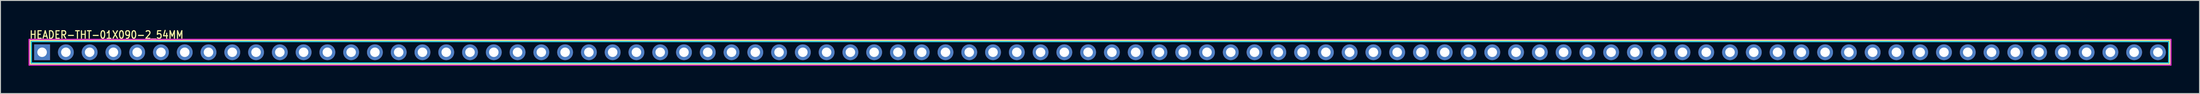
<source format=kicad_pcb>
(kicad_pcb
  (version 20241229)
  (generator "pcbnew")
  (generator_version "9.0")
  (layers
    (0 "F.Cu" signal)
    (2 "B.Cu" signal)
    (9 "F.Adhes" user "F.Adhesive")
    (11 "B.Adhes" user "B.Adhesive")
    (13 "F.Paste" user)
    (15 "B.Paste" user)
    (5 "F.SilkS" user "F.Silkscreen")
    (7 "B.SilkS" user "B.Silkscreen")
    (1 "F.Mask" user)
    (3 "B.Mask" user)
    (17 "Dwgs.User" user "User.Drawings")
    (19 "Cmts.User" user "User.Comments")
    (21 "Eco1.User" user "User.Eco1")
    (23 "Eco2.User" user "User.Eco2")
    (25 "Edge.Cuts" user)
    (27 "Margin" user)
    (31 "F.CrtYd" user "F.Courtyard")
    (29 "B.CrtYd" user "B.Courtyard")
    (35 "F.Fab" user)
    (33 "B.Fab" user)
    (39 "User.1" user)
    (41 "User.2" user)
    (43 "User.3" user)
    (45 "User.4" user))
  (footprint "HEADER-THT-01X090-2_54MM"
    (layer "F.Cu")
    (at 1.447 2.579)
    (property "Reference" "HEADER-THT-01X090-2_54MM" (at -1.4 -1.4 0) (unlocked yes) (layer "F.SilkS") (effects (font (size 0.813 0.695) (thickness 0.122)) (justify left bottom)))
    (fp_line (start -1.27 -1.27) (end -1.27 1.27) (stroke (width 0.127) (type solid)) (layer "F.SilkS"))
    (fp_line (start -1.27 1.27) (end 227.33 1.27) (stroke (width 0.127) (type solid)) (layer "F.SilkS"))
    (fp_line (start 227.33 -1.27) (end -1.27 -1.27) (stroke (width 0.127) (type solid)) (layer "F.SilkS"))
    (fp_line (start 227.33 1.27) (end 227.33 -1.27) (stroke (width 0.127) (type solid)) (layer "F.SilkS"))
    (fp_poly (pts (xy -1.143 -1.143) (xy 227.203 -1.143) (xy 227.203 1.143) (xy -1.143 1.143)) (stroke (width 0.1) (type solid)) (fill no) (layer "B.CrtYd"))
    (fp_poly (pts (xy -1.397 -1.397) (xy 227.457 -1.397) (xy 227.457 1.397) (xy -1.397 1.397)) (stroke (width 0.1) (type solid)) (fill no) (layer "F.CrtYd"))
    (pad "1" thru_hole rect (at 0 0) (size 1.693 1.693) (drill 1.016) (layers "*.Cu" "*.Mask"))
    (pad "2" thru_hole oval (at 2.54 0) (size 1.693 1.693) (drill 1.016) (layers "*.Cu" "*.Mask"))
    (pad "3" thru_hole oval (at 5.08 0) (size 1.693 1.693) (drill 1.016) (layers "*.Cu" "*.Mask"))
    (pad "4" thru_hole oval (at 7.62 0) (size 1.693 1.693) (drill 1.016) (layers "*.Cu" "*.Mask"))
    (pad "5" thru_hole oval (at 10.16 0) (size 1.693 1.693) (drill 1.016) (layers "*.Cu" "*.Mask"))
    (pad "6" thru_hole oval (at 12.7 0) (size 1.693 1.693) (drill 1.016) (layers "*.Cu" "*.Mask"))
    (pad "7" thru_hole oval (at 15.24 0) (size 1.693 1.693) (drill 1.016) (layers "*.Cu" "*.Mask"))
    (pad "8" thru_hole oval (at 17.78 0) (size 1.693 1.693) (drill 1.016) (layers "*.Cu" "*.Mask"))
    (pad "9" thru_hole oval (at 20.32 0) (size 1.693 1.693) (drill 1.016) (layers "*.Cu" "*.Mask"))
    (pad "10" thru_hole oval (at 22.86 0) (size 1.693 1.693) (drill 1.016) (layers "*.Cu" "*.Mask"))
    (pad "11" thru_hole oval (at 25.4 0) (size 1.693 1.693) (drill 1.016) (layers "*.Cu" "*.Mask"))
    (pad "12" thru_hole oval (at 27.94 0) (size 1.693 1.693) (drill 1.016) (layers "*.Cu" "*.Mask"))
    (pad "13" thru_hole oval (at 30.48 0) (size 1.693 1.693) (drill 1.016) (layers "*.Cu" "*.Mask"))
    (pad "14" thru_hole oval (at 33.02 0) (size 1.693 1.693) (drill 1.016) (layers "*.Cu" "*.Mask"))
    (pad "15" thru_hole oval (at 35.56 0) (size 1.693 1.693) (drill 1.016) (layers "*.Cu" "*.Mask"))
    (pad "16" thru_hole oval (at 38.1 0) (size 1.693 1.693) (drill 1.016) (layers "*.Cu" "*.Mask"))
    (pad "17" thru_hole oval (at 40.64 0) (size 1.693 1.693) (drill 1.016) (layers "*.Cu" "*.Mask"))
    (pad "18" thru_hole oval (at 43.18 0) (size 1.693 1.693) (drill 1.016) (layers "*.Cu" "*.Mask"))
    (pad "19" thru_hole oval (at 45.72 0) (size 1.693 1.693) (drill 1.016) (layers "*.Cu" "*.Mask"))
    (pad "20" thru_hole oval (at 48.26 0) (size 1.693 1.693) (drill 1.016) (layers "*.Cu" "*.Mask"))
    (pad "21" thru_hole oval (at 50.8 0) (size 1.693 1.693) (drill 1.016) (layers "*.Cu" "*.Mask"))
    (pad "22" thru_hole oval (at 53.34 0) (size 1.693 1.693) (drill 1.016) (layers "*.Cu" "*.Mask"))
    (pad "23" thru_hole oval (at 55.88 0) (size 1.693 1.693) (drill 1.016) (layers "*.Cu" "*.Mask"))
    (pad "24" thru_hole oval (at 58.42 0) (size 1.693 1.693) (drill 1.016) (layers "*.Cu" "*.Mask"))
    (pad "25" thru_hole oval (at 60.96 0) (size 1.693 1.693) (drill 1.016) (layers "*.Cu" "*.Mask"))
    (pad "26" thru_hole oval (at 63.5 0) (size 1.693 1.693) (drill 1.016) (layers "*.Cu" "*.Mask"))
    (pad "27" thru_hole oval (at 66.04 0) (size 1.693 1.693) (drill 1.016) (layers "*.Cu" "*.Mask"))
    (pad "28" thru_hole oval (at 68.58 0) (size 1.693 1.693) (drill 1.016) (layers "*.Cu" "*.Mask"))
    (pad "29" thru_hole oval (at 71.12 0) (size 1.693 1.693) (drill 1.016) (layers "*.Cu" "*.Mask"))
    (pad "30" thru_hole oval (at 73.66 0) (size 1.693 1.693) (drill 1.016) (layers "*.Cu" "*.Mask"))
    (pad "31" thru_hole oval (at 76.2 0) (size 1.693 1.693) (drill 1.016) (layers "*.Cu" "*.Mask"))
    (pad "32" thru_hole oval (at 78.74 0) (size 1.693 1.693) (drill 1.016) (layers "*.Cu" "*.Mask"))
    (pad "33" thru_hole oval (at 81.28 0) (size 1.693 1.693) (drill 1.016) (layers "*.Cu" "*.Mask"))
    (pad "34" thru_hole oval (at 83.82 0) (size 1.693 1.693) (drill 1.016) (layers "*.Cu" "*.Mask"))
    (pad "35" thru_hole oval (at 86.36 0) (size 1.693 1.693) (drill 1.016) (layers "*.Cu" "*.Mask"))
    (pad "36" thru_hole oval (at 88.9 0) (size 1.693 1.693) (drill 1.016) (layers "*.Cu" "*.Mask"))
    (pad "37" thru_hole oval (at 91.44 0) (size 1.693 1.693) (drill 1.016) (layers "*.Cu" "*.Mask"))
    (pad "38" thru_hole oval (at 93.98 0) (size 1.693 1.693) (drill 1.016) (layers "*.Cu" "*.Mask"))
    (pad "39" thru_hole oval (at 96.52 0) (size 1.693 1.693) (drill 1.016) (layers "*.Cu" "*.Mask"))
    (pad "40" thru_hole oval (at 99.06 0) (size 1.693 1.693) (drill 1.016) (layers "*.Cu" "*.Mask"))
    (pad "41" thru_hole oval (at 101.6 0) (size 1.693 1.693) (drill 1.016) (layers "*.Cu" "*.Mask"))
    (pad "42" thru_hole oval (at 104.14 0) (size 1.693 1.693) (drill 1.016) (layers "*.Cu" "*.Mask"))
    (pad "43" thru_hole oval (at 106.68 0) (size 1.693 1.693) (drill 1.016) (layers "*.Cu" "*.Mask"))
    (pad "44" thru_hole oval (at 109.22 0) (size 1.693 1.693) (drill 1.016) (layers "*.Cu" "*.Mask"))
    (pad "45" thru_hole oval (at 111.76 0) (size 1.693 1.693) (drill 1.016) (layers "*.Cu" "*.Mask"))
    (pad "46" thru_hole oval (at 114.3 0) (size 1.693 1.693) (drill 1.016) (layers "*.Cu" "*.Mask"))
    (pad "47" thru_hole oval (at 116.84 0) (size 1.693 1.693) (drill 1.016) (layers "*.Cu" "*.Mask"))
    (pad "48" thru_hole oval (at 119.38 0) (size 1.693 1.693) (drill 1.016) (layers "*.Cu" "*.Mask"))
    (pad "49" thru_hole oval (at 121.92 0) (size 1.693 1.693) (drill 1.016) (layers "*.Cu" "*.Mask"))
    (pad "50" thru_hole oval (at 124.46 0) (size 1.693 1.693) (drill 1.016) (layers "*.Cu" "*.Mask"))
    (pad "51" thru_hole oval (at 127 0) (size 1.693 1.693) (drill 1.016) (layers "*.Cu" "*.Mask"))
    (pad "52" thru_hole oval (at 129.54 0) (size 1.693 1.693) (drill 1.016) (layers "*.Cu" "*.Mask"))
    (pad "53" thru_hole oval (at 132.08 0) (size 1.693 1.693) (drill 1.016) (layers "*.Cu" "*.Mask"))
    (pad "54" thru_hole oval (at 134.62 0) (size 1.693 1.693) (drill 1.016) (layers "*.Cu" "*.Mask"))
    (pad "55" thru_hole oval (at 137.16 0) (size 1.693 1.693) (drill 1.016) (layers "*.Cu" "*.Mask"))
    (pad "56" thru_hole oval (at 139.7 0) (size 1.693 1.693) (drill 1.016) (layers "*.Cu" "*.Mask"))
    (pad "57" thru_hole oval (at 142.24 0) (size 1.693 1.693) (drill 1.016) (layers "*.Cu" "*.Mask"))
    (pad "58" thru_hole oval (at 144.78 0) (size 1.693 1.693) (drill 1.016) (layers "*.Cu" "*.Mask"))
    (pad "59" thru_hole oval (at 147.32 0) (size 1.693 1.693) (drill 1.016) (layers "*.Cu" "*.Mask"))
    (pad "60" thru_hole oval (at 149.86 0) (size 1.693 1.693) (drill 1.016) (layers "*.Cu" "*.Mask"))
    (pad "61" thru_hole oval (at 152.4 0) (size 1.693 1.693) (drill 1.016) (layers "*.Cu" "*.Mask"))
    (pad "62" thru_hole oval (at 154.94 0) (size 1.693 1.693) (drill 1.016) (layers "*.Cu" "*.Mask"))
    (pad "63" thru_hole oval (at 157.48 0) (size 1.693 1.693) (drill 1.016) (layers "*.Cu" "*.Mask"))
    (pad "64" thru_hole oval (at 160.02 0) (size 1.693 1.693) (drill 1.016) (layers "*.Cu" "*.Mask"))
    (pad "65" thru_hole oval (at 162.56 0) (size 1.693 1.693) (drill 1.016) (layers "*.Cu" "*.Mask"))
    (pad "66" thru_hole oval (at 165.1 0) (size 1.693 1.693) (drill 1.016) (layers "*.Cu" "*.Mask"))
    (pad "67" thru_hole oval (at 167.64 0) (size 1.693 1.693) (drill 1.016) (layers "*.Cu" "*.Mask"))
    (pad "68" thru_hole oval (at 170.18 0) (size 1.693 1.693) (drill 1.016) (layers "*.Cu" "*.Mask"))
    (pad "69" thru_hole oval (at 172.72 0) (size 1.693 1.693) (drill 1.016) (layers "*.Cu" "*.Mask"))
    (pad "70" thru_hole oval (at 175.26 0) (size 1.693 1.693) (drill 1.016) (layers "*.Cu" "*.Mask"))
    (pad "71" thru_hole oval (at 177.8 0) (size 1.693 1.693) (drill 1.016) (layers "*.Cu" "*.Mask"))
    (pad "72" thru_hole oval (at 180.34 0) (size 1.693 1.693) (drill 1.016) (layers "*.Cu" "*.Mask"))
    (pad "73" thru_hole oval (at 182.88 0) (size 1.693 1.693) (drill 1.016) (layers "*.Cu" "*.Mask"))
    (pad "74" thru_hole oval (at 185.42 0) (size 1.693 1.693) (drill 1.016) (layers "*.Cu" "*.Mask"))
    (pad "75" thru_hole oval (at 187.96 0) (size 1.693 1.693) (drill 1.016) (layers "*.Cu" "*.Mask"))
    (pad "76" thru_hole oval (at 190.5 0) (size 1.693 1.693) (drill 1.016) (layers "*.Cu" "*.Mask"))
    (pad "77" thru_hole oval (at 193.04 0) (size 1.693 1.693) (drill 1.016) (layers "*.Cu" "*.Mask"))
    (pad "78" thru_hole oval (at 195.58 0) (size 1.693 1.693) (drill 1.016) (layers "*.Cu" "*.Mask"))
    (pad "79" thru_hole oval (at 198.12 0) (size 1.693 1.693) (drill 1.016) (layers "*.Cu" "*.Mask"))
    (pad "80" thru_hole oval (at 200.66 0) (size 1.693 1.693) (drill 1.016) (layers "*.Cu" "*.Mask"))
    (pad "81" thru_hole oval (at 203.2 0) (size 1.693 1.693) (drill 1.016) (layers "*.Cu" "*.Mask"))
    (pad "82" thru_hole oval (at 205.74 0) (size 1.693 1.693) (drill 1.016) (layers "*.Cu" "*.Mask"))
    (pad "83" thru_hole oval (at 208.28 0) (size 1.693 1.693) (drill 1.016) (layers "*.Cu" "*.Mask"))
    (pad "84" thru_hole oval (at 210.82 0) (size 1.693 1.693) (drill 1.016) (layers "*.Cu" "*.Mask"))
    (pad "85" thru_hole oval (at 213.36 0) (size 1.693 1.693) (drill 1.016) (layers "*.Cu" "*.Mask"))
    (pad "86" thru_hole oval (at 215.9 0) (size 1.693 1.693) (drill 1.016) (layers "*.Cu" "*.Mask"))
    (pad "87" thru_hole oval (at 218.44 0) (size 1.693 1.693) (drill 1.016) (layers "*.Cu" "*.Mask"))
    (pad "88" thru_hole oval (at 220.98 0) (size 1.693 1.693) (drill 1.016) (layers "*.Cu" "*.Mask"))
    (pad "89" thru_hole oval (at 223.52 0) (size 1.693 1.693) (drill 1.016) (layers "*.Cu" "*.Mask"))
    (pad "90" thru_hole oval (at 226.06 0) (size 1.693 1.693) (drill 1.016) (layers "*.Cu" "*.Mask")))
  (gr_rect
    (start -3 -3)
    (end 231.954 7.026)
    (stroke (width 0.1) (type default))
    (fill no)
    (layer "Edge.Cuts")))
</source>
